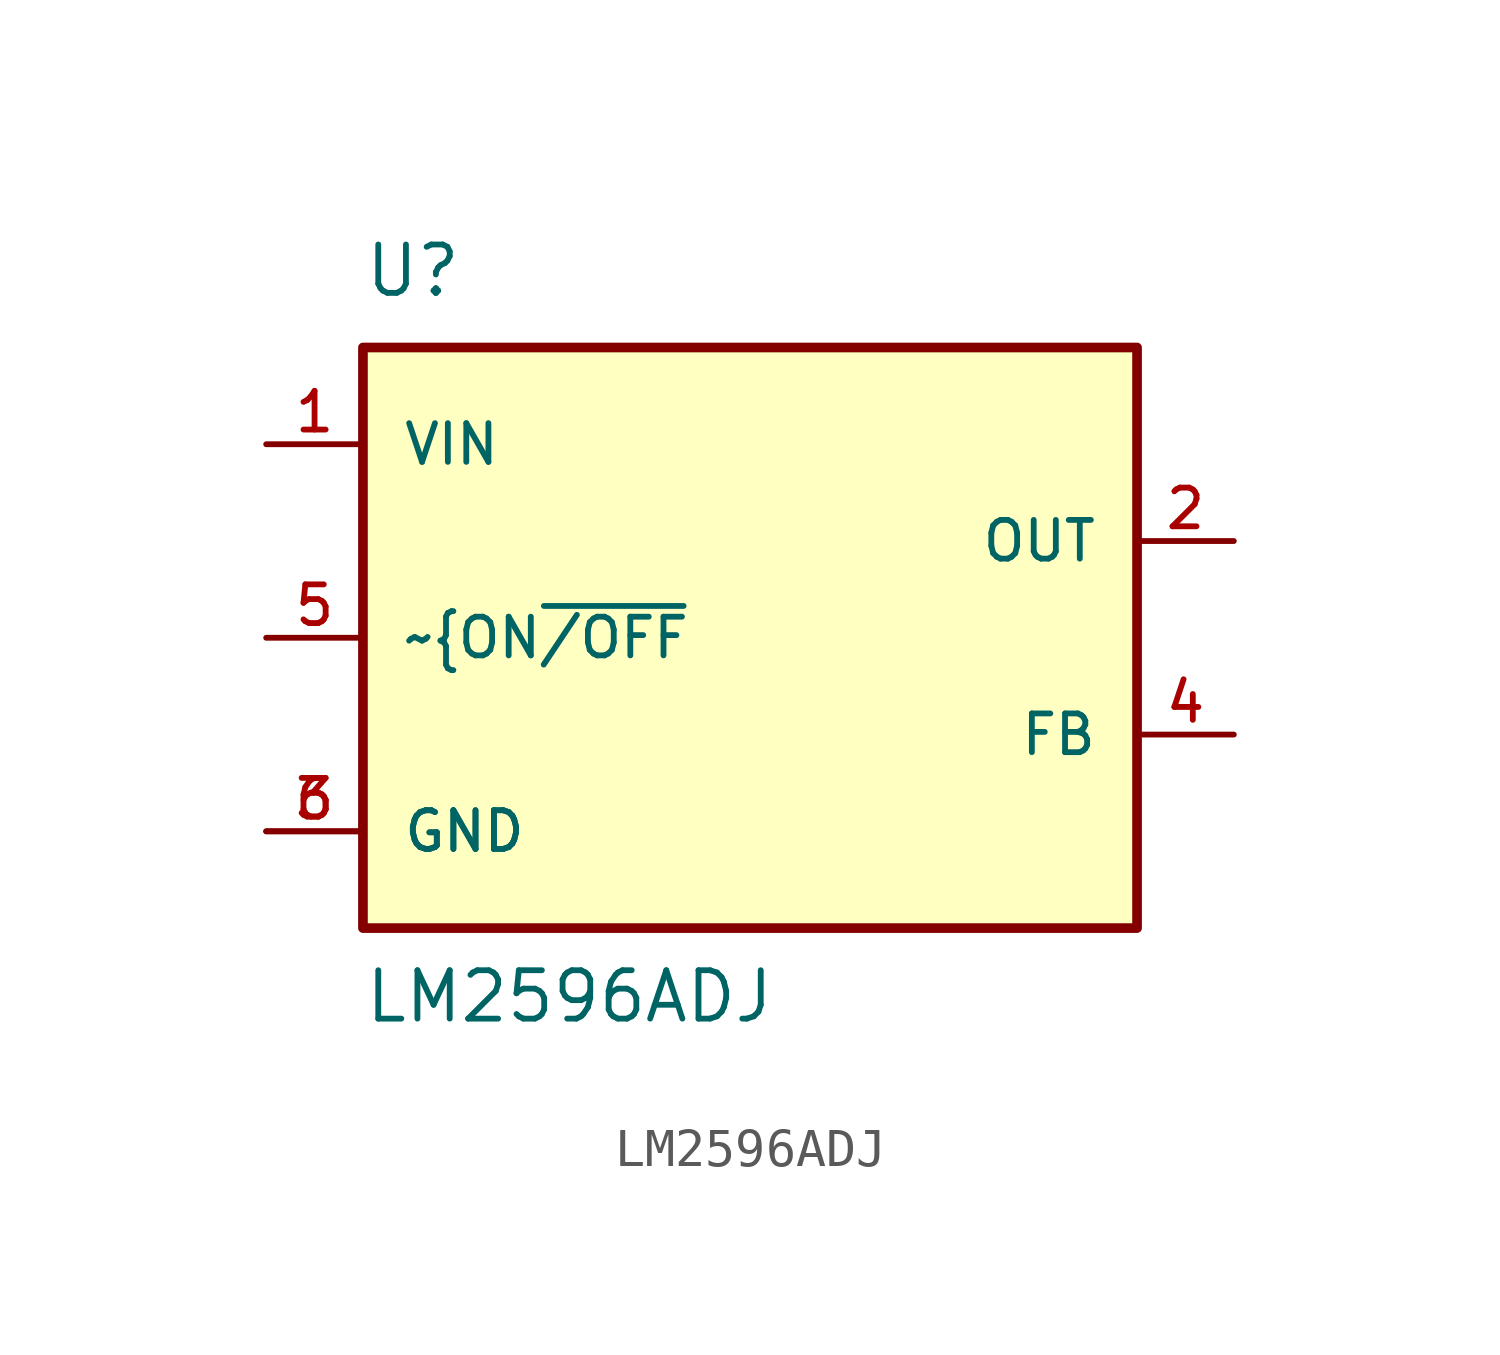
<source format=kicad_sym>
(kicad_symbol_lib
  (version 20211014)
  (generator kicad_symbol_editor)
  (symbol "LM2596ADJ"
    (pin_names
      (offset 1.016))
    (property "Reference" "U"
      (at -10.16 8.89 0)
      (effects (font (size 1.27 1.27)) (justify bottom left)))
    (property "Value" "LM2596ADJ"
      (at -10.16 -10.16 0)
      (effects (font (size 1.27 1.27)) (justify bottom left)))
    (symbol "LM2596ADJ_0_0"
      (rectangle (start -10.16 -7.62) (end 10.16 7.62) (stroke (width 0.254)) (fill (type background)))
      (pin input line (at -12.7 5.08 0) (length 2.54) (name "VIN" (effects (font (size 1.016 1.016)))) (number "1" (effects (font (size 1.016 1.016)))))
      (pin input line (at -12.7 0.0 0) (length 2.54) (name "~{ON~{/OFF}" (effects (font (size 1.016 1.016)))) (number "5" (effects (font (size 1.016 1.016)))))
      (pin power_in line (at -12.7 -5.08 0) (length 2.54) (name "GND" (effects (font (size 1.016 1.016)))) (number "3" (effects (font (size 1.016 1.016)))))
      (pin power_in line (at -12.7 -5.08 0) (length 2.54) (name "GND" (effects (font (size 1.016 1.016)))) (number "6" (effects (font (size 1.016 1.016)))))
      (pin output line (at 12.7 2.54 180.0) (length 2.54) (name "OUT" (effects (font (size 1.016 1.016)))) (number "2" (effects (font (size 1.016 1.016)))))
      (pin input line (at 12.7 -2.54 180.0) (length 2.54) (name "FB" (effects (font (size 1.016 1.016)))) (number "4" (effects (font (size 1.016 1.016))))))))
</source>
